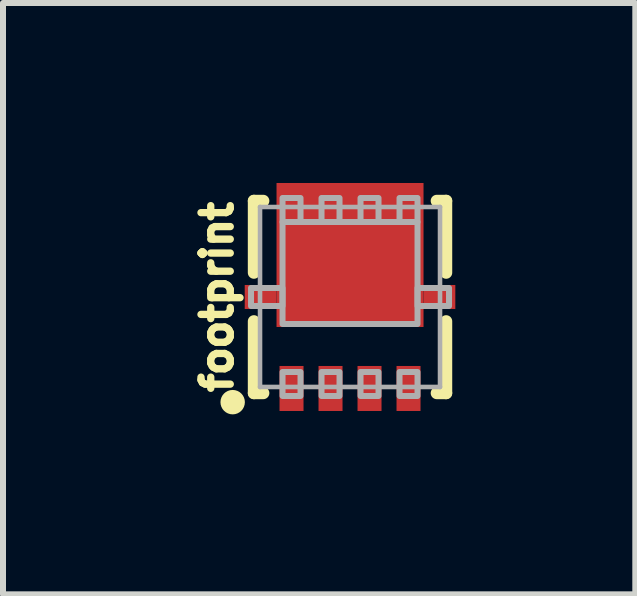
<source format=kicad_pcb>
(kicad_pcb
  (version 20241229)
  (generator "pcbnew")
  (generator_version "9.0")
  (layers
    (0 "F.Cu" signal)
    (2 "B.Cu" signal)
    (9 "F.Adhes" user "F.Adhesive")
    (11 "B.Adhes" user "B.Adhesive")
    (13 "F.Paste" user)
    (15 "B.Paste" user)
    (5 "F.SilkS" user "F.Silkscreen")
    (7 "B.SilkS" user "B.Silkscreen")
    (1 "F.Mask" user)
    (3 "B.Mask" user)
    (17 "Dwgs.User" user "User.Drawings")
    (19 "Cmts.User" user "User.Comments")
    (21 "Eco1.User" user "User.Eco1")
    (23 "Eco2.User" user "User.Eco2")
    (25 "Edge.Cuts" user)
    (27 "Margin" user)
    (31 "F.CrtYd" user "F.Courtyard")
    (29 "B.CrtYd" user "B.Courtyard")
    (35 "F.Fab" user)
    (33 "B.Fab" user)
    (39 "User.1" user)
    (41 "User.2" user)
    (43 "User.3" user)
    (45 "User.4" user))
  (footprint "footprint"
    (layer "F.Cu")
    (at 2.784 1.9)
    (property "Reference" "footprint" (at -1.93 0 90) (layer "F.SilkS") (effects (font (size 0.488 0.488) (thickness 0.122)) (justify bottom)))
    (fp_line (start -1.602 -1.602) (end -1.602 -0.405) (stroke (width 0.203) (type solid)) (layer "F.SilkS"))
    (fp_line (start -1.602 0.405) (end -1.602 1.602) (stroke (width 0.203) (type solid)) (layer "F.SilkS"))
    (fp_line (start -1.446 -1.602) (end -1.602 -1.602) (stroke (width 0.203) (type solid)) (layer "F.SilkS"))
    (fp_line (start -1.446 1.602) (end -1.602 1.602) (stroke (width 0.203) (type solid)) (layer "F.SilkS"))
    (fp_line (start 1.602 -1.602) (end 1.446 -1.602) (stroke (width 0.203) (type solid)) (layer "F.SilkS"))
    (fp_line (start 1.602 -1.602) (end 1.602 -0.405) (stroke (width 0.203) (type solid)) (layer "F.SilkS"))
    (fp_line (start 1.602 0.405) (end 1.602 1.602) (stroke (width 0.203) (type solid)) (layer "F.SilkS"))
    (fp_line (start 1.602 1.602) (end 1.446 1.602) (stroke (width 0.203) (type solid)) (layer "F.SilkS"))
    (fp_circle (center -1.956 1.753) (end -1.854 1.753) (stroke (width 0.203) (type solid)) (fill yes) (layer "F.SilkS"))
    (fp_line (start -1.5 -1.5) (end -1.5 1.5) (stroke (width 0.076) (type solid)) (layer "F.Fab"))
    (fp_line (start -1.5 1.5) (end 1.5 1.5) (stroke (width 0.076) (type solid)) (layer "F.Fab"))
    (fp_line (start 1.5 -1.5) (end -1.5 -1.5) (stroke (width 0.076) (type solid)) (layer "F.Fab"))
    (fp_line (start 1.5 1.5) (end 1.5 -1.5) (stroke (width 0.076) (type solid)) (layer "F.Fab"))
    (fp_poly (pts (xy -1.65 0.15) (xy -1.125 0.15) (xy -1.125 -0.15) (xy -1.65 -0.15)) (stroke (width 0.1) (type solid)) (fill no) (layer "F.Fab"))
    (fp_poly (pts (xy -1.125 -1.25) (xy -0.825 -1.25) (xy -0.825 -1.65) (xy -1.125 -1.65)) (stroke (width 0.1) (type solid)) (fill no) (layer "F.Fab"))
    (fp_poly (pts (xy -0.825 1.25) (xy -1.125 1.25) (xy -1.125 1.65) (xy -0.825 1.65)) (stroke (width 0.1) (type solid)) (fill no) (layer "F.Fab"))
    (fp_poly (pts (xy -0.475 -1.25) (xy -0.175 -1.25) (xy -0.175 -1.65) (xy -0.475 -1.65)) (stroke (width 0.1) (type solid)) (fill no) (layer "F.Fab"))
    (fp_poly (pts (xy -0.175 1.25) (xy -0.475 1.25) (xy -0.475 1.65) (xy -0.175 1.65)) (stroke (width 0.1) (type solid)) (fill no) (layer "F.Fab"))
    (fp_poly (pts (xy 0.175 -1.25) (xy 0.475 -1.25) (xy 0.475 -1.65) (xy 0.175 -1.65)) (stroke (width 0.1) (type solid)) (fill no) (layer "F.Fab"))
    (fp_poly (pts (xy 0.475 1.25) (xy 0.175 1.25) (xy 0.175 1.65) (xy 0.475 1.65)) (stroke (width 0.1) (type solid)) (fill no) (layer "F.Fab"))
    (fp_poly (pts (xy 0.825 -1.25) (xy 1.125 -1.25) (xy 1.125 -1.65) (xy 0.825 -1.65)) (stroke (width 0.1) (type solid)) (fill no) (layer "F.Fab"))
    (fp_poly (pts (xy 1.125 -1.25) (xy -1.125 -1.25) (xy -1.125 0.45) (xy 1.125 0.45)) (stroke (width 0.1) (type solid)) (fill no) (layer "F.Fab"))
    (fp_poly (pts (xy 1.125 1.25) (xy 0.825 1.25) (xy 0.825 1.65) (xy 1.125 1.65)) (stroke (width 0.1) (type solid)) (fill no) (layer "F.Fab"))
    (fp_poly (pts (xy 1.65 -0.15) (xy 1.125 -0.15) (xy 1.125 0.15) (xy 1.65 0.15)) (stroke (width 0.1) (type solid)) (fill no) (layer "F.Fab"))
    (pad "1" smd rect (at -0.975 1.525) (size 0.4 0.75) (layers "F.Cu" "F.Mask" "F.Paste"))
    (pad "2" smd rect (at -0.325 1.525) (size 0.4 0.75) (layers "F.Cu" "F.Mask" "F.Paste"))
    (pad "3" smd rect (at 0.325 1.525) (size 0.4 0.75) (layers "F.Cu" "F.Mask" "F.Paste"))
    (pad "4" smd rect (at 0.975 1.525) (size 0.4 0.75) (layers "F.Cu" "F.Mask" "F.Paste"))
    (pad "5@1" smd rect (at 0 -0.7) (size 2.45 2.4) (layers "F.Cu" "F.Mask" "F.Paste"))
    (pad "5@2" smd rect (at -1.49 0) (size 0.53 0.4) (layers "F.Cu" "F.Mask" "F.Paste"))
    (pad "5@3" smd rect (at 1.49 0) (size 0.53 0.4) (layers "F.Cu" "F.Mask" "F.Paste")))
  (gr_rect
    (start -3 -3)
    (end 7.539 6.856)
    (stroke (width 0.1) (type default))
    (fill no)
    (layer "Edge.Cuts")))
</source>
